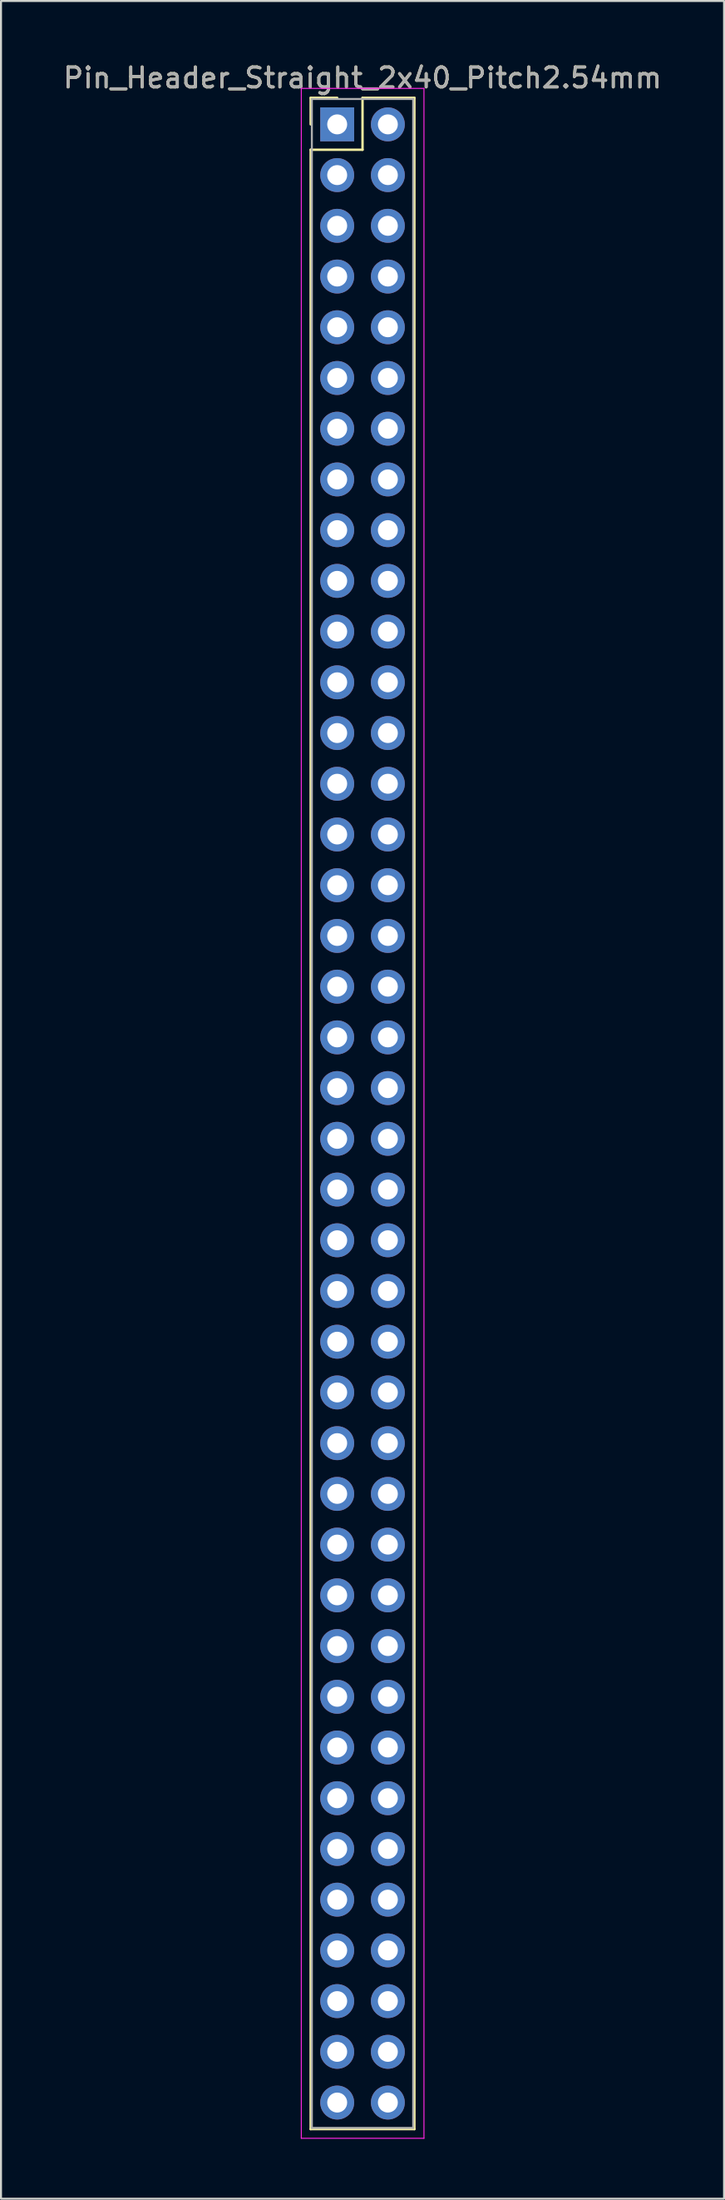
<source format=kicad_pcb>
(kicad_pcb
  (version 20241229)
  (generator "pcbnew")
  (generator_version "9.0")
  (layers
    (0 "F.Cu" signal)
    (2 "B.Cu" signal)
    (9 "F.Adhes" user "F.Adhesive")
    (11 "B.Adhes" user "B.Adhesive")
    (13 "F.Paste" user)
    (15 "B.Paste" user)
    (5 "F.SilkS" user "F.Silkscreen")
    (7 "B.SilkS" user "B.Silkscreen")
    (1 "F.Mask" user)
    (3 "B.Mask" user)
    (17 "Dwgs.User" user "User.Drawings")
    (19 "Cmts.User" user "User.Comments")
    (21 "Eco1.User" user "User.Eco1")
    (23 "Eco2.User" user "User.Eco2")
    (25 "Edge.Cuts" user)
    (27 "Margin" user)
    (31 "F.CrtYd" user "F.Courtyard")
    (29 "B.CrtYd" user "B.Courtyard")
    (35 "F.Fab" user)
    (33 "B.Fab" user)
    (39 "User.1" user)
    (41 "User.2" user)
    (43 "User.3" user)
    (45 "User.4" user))
  (footprint "Pin_Header_Straight_2x40_Pitch2.54mm"
    (layer "F.Cu")
    (at 13.855 3.178)
    (property "Reference" "Pin_Header_Straight_2x40_Pitch2.54mm" (at 1.27 -2.33 0) (layer "F.SilkS") (effects (font (size 1 1) (thickness 0.15))))
    (attr through_hole)
    (fp_line (start -1.33 -1.33) (end 0 -1.33) (stroke (width 0.12) (type solid)) (layer "F.SilkS"))
    (fp_line (start -1.33 0) (end -1.33 -1.33) (stroke (width 0.12) (type solid)) (layer "F.SilkS"))
    (fp_line (start -1.33 1.27) (end -1.33 100.39) (stroke (width 0.12) (type solid)) (layer "F.SilkS"))
    (fp_line (start -1.33 100.39) (end 3.87 100.39) (stroke (width 0.12) (type solid)) (layer "F.SilkS"))
    (fp_line (start 1.27 -1.33) (end 1.27 1.27) (stroke (width 0.12) (type solid)) (layer "F.SilkS"))
    (fp_line (start 1.27 1.27) (end -1.33 1.27) (stroke (width 0.12) (type solid)) (layer "F.SilkS"))
    (fp_line (start 3.87 -1.33) (end 1.27 -1.33) (stroke (width 0.12) (type solid)) (layer "F.SilkS"))
    (fp_line (start 3.87 100.39) (end 3.87 -1.33) (stroke (width 0.12) (type solid)) (layer "F.SilkS"))
    (fp_line (start -1.8 -1.8) (end -1.8 100.85) (stroke (width 0.05) (type solid)) (layer "F.CrtYd"))
    (fp_line (start -1.8 100.85) (end 4.35 100.85) (stroke (width 0.05) (type solid)) (layer "F.CrtYd"))
    (fp_line (start 4.35 -1.8) (end -1.8 -1.8) (stroke (width 0.05) (type solid)) (layer "F.CrtYd"))
    (fp_line (start 4.35 100.85) (end 4.35 -1.8) (stroke (width 0.05) (type solid)) (layer "F.CrtYd"))
    (fp_line (start -1.27 -1.27) (end -1.27 100.33) (stroke (width 0.1) (type solid)) (layer "F.Fab"))
    (fp_line (start -1.27 100.33) (end 3.81 100.33) (stroke (width 0.1) (type solid)) (layer "F.Fab"))
    (fp_line (start 3.81 -1.27) (end -1.27 -1.27) (stroke (width 0.1) (type solid)) (layer "F.Fab"))
    (fp_line (start 3.81 100.33) (end 3.81 -1.27) (stroke (width 0.1) (type solid)) (layer "F.Fab"))
    (fp_text user "${REFERENCE}" (at 1.27 -2.33 0) (layer "F.Fab") (effects (font (size 1 1) (thickness 0.15))))
    (pad "1" thru_hole rect (at 0 0) (size 1.7 1.7) (drill 1) (layers "*.Cu" "*.Mask"))
    (pad "2" thru_hole oval (at 2.54 0) (size 1.7 1.7) (drill 1) (layers "*.Cu" "*.Mask"))
    (pad "3" thru_hole oval (at 0 2.54) (size 1.7 1.7) (drill 1) (layers "*.Cu" "*.Mask"))
    (pad "4" thru_hole oval (at 2.54 2.54) (size 1.7 1.7) (drill 1) (layers "*.Cu" "*.Mask"))
    (pad "5" thru_hole oval (at 0 5.08) (size 1.7 1.7) (drill 1) (layers "*.Cu" "*.Mask"))
    (pad "6" thru_hole oval (at 2.54 5.08) (size 1.7 1.7) (drill 1) (layers "*.Cu" "*.Mask"))
    (pad "7" thru_hole oval (at 0 7.62) (size 1.7 1.7) (drill 1) (layers "*.Cu" "*.Mask"))
    (pad "8" thru_hole oval (at 2.54 7.62) (size 1.7 1.7) (drill 1) (layers "*.Cu" "*.Mask"))
    (pad "9" thru_hole oval (at 0 10.16) (size 1.7 1.7) (drill 1) (layers "*.Cu" "*.Mask"))
    (pad "10" thru_hole oval (at 2.54 10.16) (size 1.7 1.7) (drill 1) (layers "*.Cu" "*.Mask"))
    (pad "11" thru_hole oval (at 0 12.7) (size 1.7 1.7) (drill 1) (layers "*.Cu" "*.Mask"))
    (pad "12" thru_hole oval (at 2.54 12.7) (size 1.7 1.7) (drill 1) (layers "*.Cu" "*.Mask"))
    (pad "13" thru_hole oval (at 0 15.24) (size 1.7 1.7) (drill 1) (layers "*.Cu" "*.Mask"))
    (pad "14" thru_hole oval (at 2.54 15.24) (size 1.7 1.7) (drill 1) (layers "*.Cu" "*.Mask"))
    (pad "15" thru_hole oval (at 0 17.78) (size 1.7 1.7) (drill 1) (layers "*.Cu" "*.Mask"))
    (pad "16" thru_hole oval (at 2.54 17.78) (size 1.7 1.7) (drill 1) (layers "*.Cu" "*.Mask"))
    (pad "17" thru_hole oval (at 0 20.32) (size 1.7 1.7) (drill 1) (layers "*.Cu" "*.Mask"))
    (pad "18" thru_hole oval (at 2.54 20.32) (size 1.7 1.7) (drill 1) (layers "*.Cu" "*.Mask"))
    (pad "19" thru_hole oval (at 0 22.86) (size 1.7 1.7) (drill 1) (layers "*.Cu" "*.Mask"))
    (pad "20" thru_hole oval (at 2.54 22.86) (size 1.7 1.7) (drill 1) (layers "*.Cu" "*.Mask"))
    (pad "21" thru_hole oval (at 0 25.4) (size 1.7 1.7) (drill 1) (layers "*.Cu" "*.Mask"))
    (pad "22" thru_hole oval (at 2.54 25.4) (size 1.7 1.7) (drill 1) (layers "*.Cu" "*.Mask"))
    (pad "23" thru_hole oval (at 0 27.94) (size 1.7 1.7) (drill 1) (layers "*.Cu" "*.Mask"))
    (pad "24" thru_hole oval (at 2.54 27.94) (size 1.7 1.7) (drill 1) (layers "*.Cu" "*.Mask"))
    (pad "25" thru_hole oval (at 0 30.48) (size 1.7 1.7) (drill 1) (layers "*.Cu" "*.Mask"))
    (pad "26" thru_hole oval (at 2.54 30.48) (size 1.7 1.7) (drill 1) (layers "*.Cu" "*.Mask"))
    (pad "27" thru_hole oval (at 0 33.02) (size 1.7 1.7) (drill 1) (layers "*.Cu" "*.Mask"))
    (pad "28" thru_hole oval (at 2.54 33.02) (size 1.7 1.7) (drill 1) (layers "*.Cu" "*.Mask"))
    (pad "29" thru_hole oval (at 0 35.56) (size 1.7 1.7) (drill 1) (layers "*.Cu" "*.Mask"))
    (pad "30" thru_hole oval (at 2.54 35.56) (size 1.7 1.7) (drill 1) (layers "*.Cu" "*.Mask"))
    (pad "31" thru_hole oval (at 0 38.1) (size 1.7 1.7) (drill 1) (layers "*.Cu" "*.Mask"))
    (pad "32" thru_hole oval (at 2.54 38.1) (size 1.7 1.7) (drill 1) (layers "*.Cu" "*.Mask"))
    (pad "33" thru_hole oval (at 0 40.64) (size 1.7 1.7) (drill 1) (layers "*.Cu" "*.Mask"))
    (pad "34" thru_hole oval (at 2.54 40.64) (size 1.7 1.7) (drill 1) (layers "*.Cu" "*.Mask"))
    (pad "35" thru_hole oval (at 0 43.18) (size 1.7 1.7) (drill 1) (layers "*.Cu" "*.Mask"))
    (pad "36" thru_hole oval (at 2.54 43.18) (size 1.7 1.7) (drill 1) (layers "*.Cu" "*.Mask"))
    (pad "37" thru_hole oval (at 0 45.72) (size 1.7 1.7) (drill 1) (layers "*.Cu" "*.Mask"))
    (pad "38" thru_hole oval (at 2.54 45.72) (size 1.7 1.7) (drill 1) (layers "*.Cu" "*.Mask"))
    (pad "39" thru_hole oval (at 0 48.26) (size 1.7 1.7) (drill 1) (layers "*.Cu" "*.Mask"))
    (pad "40" thru_hole oval (at 2.54 48.26) (size 1.7 1.7) (drill 1) (layers "*.Cu" "*.Mask"))
    (pad "41" thru_hole oval (at 0 50.8) (size 1.7 1.7) (drill 1) (layers "*.Cu" "*.Mask"))
    (pad "42" thru_hole oval (at 2.54 50.8) (size 1.7 1.7) (drill 1) (layers "*.Cu" "*.Mask"))
    (pad "43" thru_hole oval (at 0 53.34) (size 1.7 1.7) (drill 1) (layers "*.Cu" "*.Mask"))
    (pad "44" thru_hole oval (at 2.54 53.34) (size 1.7 1.7) (drill 1) (layers "*.Cu" "*.Mask"))
    (pad "45" thru_hole oval (at 0 55.88) (size 1.7 1.7) (drill 1) (layers "*.Cu" "*.Mask"))
    (pad "46" thru_hole oval (at 2.54 55.88) (size 1.7 1.7) (drill 1) (layers "*.Cu" "*.Mask"))
    (pad "47" thru_hole oval (at 0 58.42) (size 1.7 1.7) (drill 1) (layers "*.Cu" "*.Mask"))
    (pad "48" thru_hole oval (at 2.54 58.42) (size 1.7 1.7) (drill 1) (layers "*.Cu" "*.Mask"))
    (pad "49" thru_hole oval (at 0 60.96) (size 1.7 1.7) (drill 1) (layers "*.Cu" "*.Mask"))
    (pad "50" thru_hole oval (at 2.54 60.96) (size 1.7 1.7) (drill 1) (layers "*.Cu" "*.Mask"))
    (pad "51" thru_hole oval (at 0 63.5) (size 1.7 1.7) (drill 1) (layers "*.Cu" "*.Mask"))
    (pad "52" thru_hole oval (at 2.54 63.5) (size 1.7 1.7) (drill 1) (layers "*.Cu" "*.Mask"))
    (pad "53" thru_hole oval (at 0 66.04) (size 1.7 1.7) (drill 1) (layers "*.Cu" "*.Mask"))
    (pad "54" thru_hole oval (at 2.54 66.04) (size 1.7 1.7) (drill 1) (layers "*.Cu" "*.Mask"))
    (pad "55" thru_hole oval (at 0 68.58) (size 1.7 1.7) (drill 1) (layers "*.Cu" "*.Mask"))
    (pad "56" thru_hole oval (at 2.54 68.58) (size 1.7 1.7) (drill 1) (layers "*.Cu" "*.Mask"))
    (pad "57" thru_hole oval (at 0 71.12) (size 1.7 1.7) (drill 1) (layers "*.Cu" "*.Mask"))
    (pad "58" thru_hole oval (at 2.54 71.12) (size 1.7 1.7) (drill 1) (layers "*.Cu" "*.Mask"))
    (pad "59" thru_hole oval (at 0 73.66) (size 1.7 1.7) (drill 1) (layers "*.Cu" "*.Mask"))
    (pad "60" thru_hole oval (at 2.54 73.66) (size 1.7 1.7) (drill 1) (layers "*.Cu" "*.Mask"))
    (pad "61" thru_hole oval (at 0 76.2) (size 1.7 1.7) (drill 1) (layers "*.Cu" "*.Mask"))
    (pad "62" thru_hole oval (at 2.54 76.2) (size 1.7 1.7) (drill 1) (layers "*.Cu" "*.Mask"))
    (pad "63" thru_hole oval (at 0 78.74) (size 1.7 1.7) (drill 1) (layers "*.Cu" "*.Mask"))
    (pad "64" thru_hole oval (at 2.54 78.74) (size 1.7 1.7) (drill 1) (layers "*.Cu" "*.Mask"))
    (pad "65" thru_hole oval (at 0 81.28) (size 1.7 1.7) (drill 1) (layers "*.Cu" "*.Mask"))
    (pad "66" thru_hole oval (at 2.54 81.28) (size 1.7 1.7) (drill 1) (layers "*.Cu" "*.Mask"))
    (pad "67" thru_hole oval (at 0 83.82) (size 1.7 1.7) (drill 1) (layers "*.Cu" "*.Mask"))
    (pad "68" thru_hole oval (at 2.54 83.82) (size 1.7 1.7) (drill 1) (layers "*.Cu" "*.Mask"))
    (pad "69" thru_hole oval (at 0 86.36) (size 1.7 1.7) (drill 1) (layers "*.Cu" "*.Mask"))
    (pad "70" thru_hole oval (at 2.54 86.36) (size 1.7 1.7) (drill 1) (layers "*.Cu" "*.Mask"))
    (pad "71" thru_hole oval (at 0 88.9) (size 1.7 1.7) (drill 1) (layers "*.Cu" "*.Mask"))
    (pad "72" thru_hole oval (at 2.54 88.9) (size 1.7 1.7) (drill 1) (layers "*.Cu" "*.Mask"))
    (pad "73" thru_hole oval (at 0 91.44) (size 1.7 1.7) (drill 1) (layers "*.Cu" "*.Mask"))
    (pad "74" thru_hole oval (at 2.54 91.44) (size 1.7 1.7) (drill 1) (layers "*.Cu" "*.Mask"))
    (pad "75" thru_hole oval (at 0 93.98) (size 1.7 1.7) (drill 1) (layers "*.Cu" "*.Mask"))
    (pad "76" thru_hole oval (at 2.54 93.98) (size 1.7 1.7) (drill 1) (layers "*.Cu" "*.Mask"))
    (pad "77" thru_hole oval (at 0 96.52) (size 1.7 1.7) (drill 1) (layers "*.Cu" "*.Mask"))
    (pad "78" thru_hole oval (at 2.54 96.52) (size 1.7 1.7) (drill 1) (layers "*.Cu" "*.Mask"))
    (pad "79" thru_hole oval (at 0 99.06) (size 1.7 1.7) (drill 1) (layers "*.Cu" "*.Mask"))
    (pad "80" thru_hole oval (at 2.54 99.06) (size 1.7 1.7) (drill 1) (layers "*.Cu" "*.Mask")))
  (gr_rect
    (start -3 -3)
    (end 33.25 107.053)
    (stroke (width 0.1) (type default))
    (fill no)
    (layer "Edge.Cuts")))
</source>
